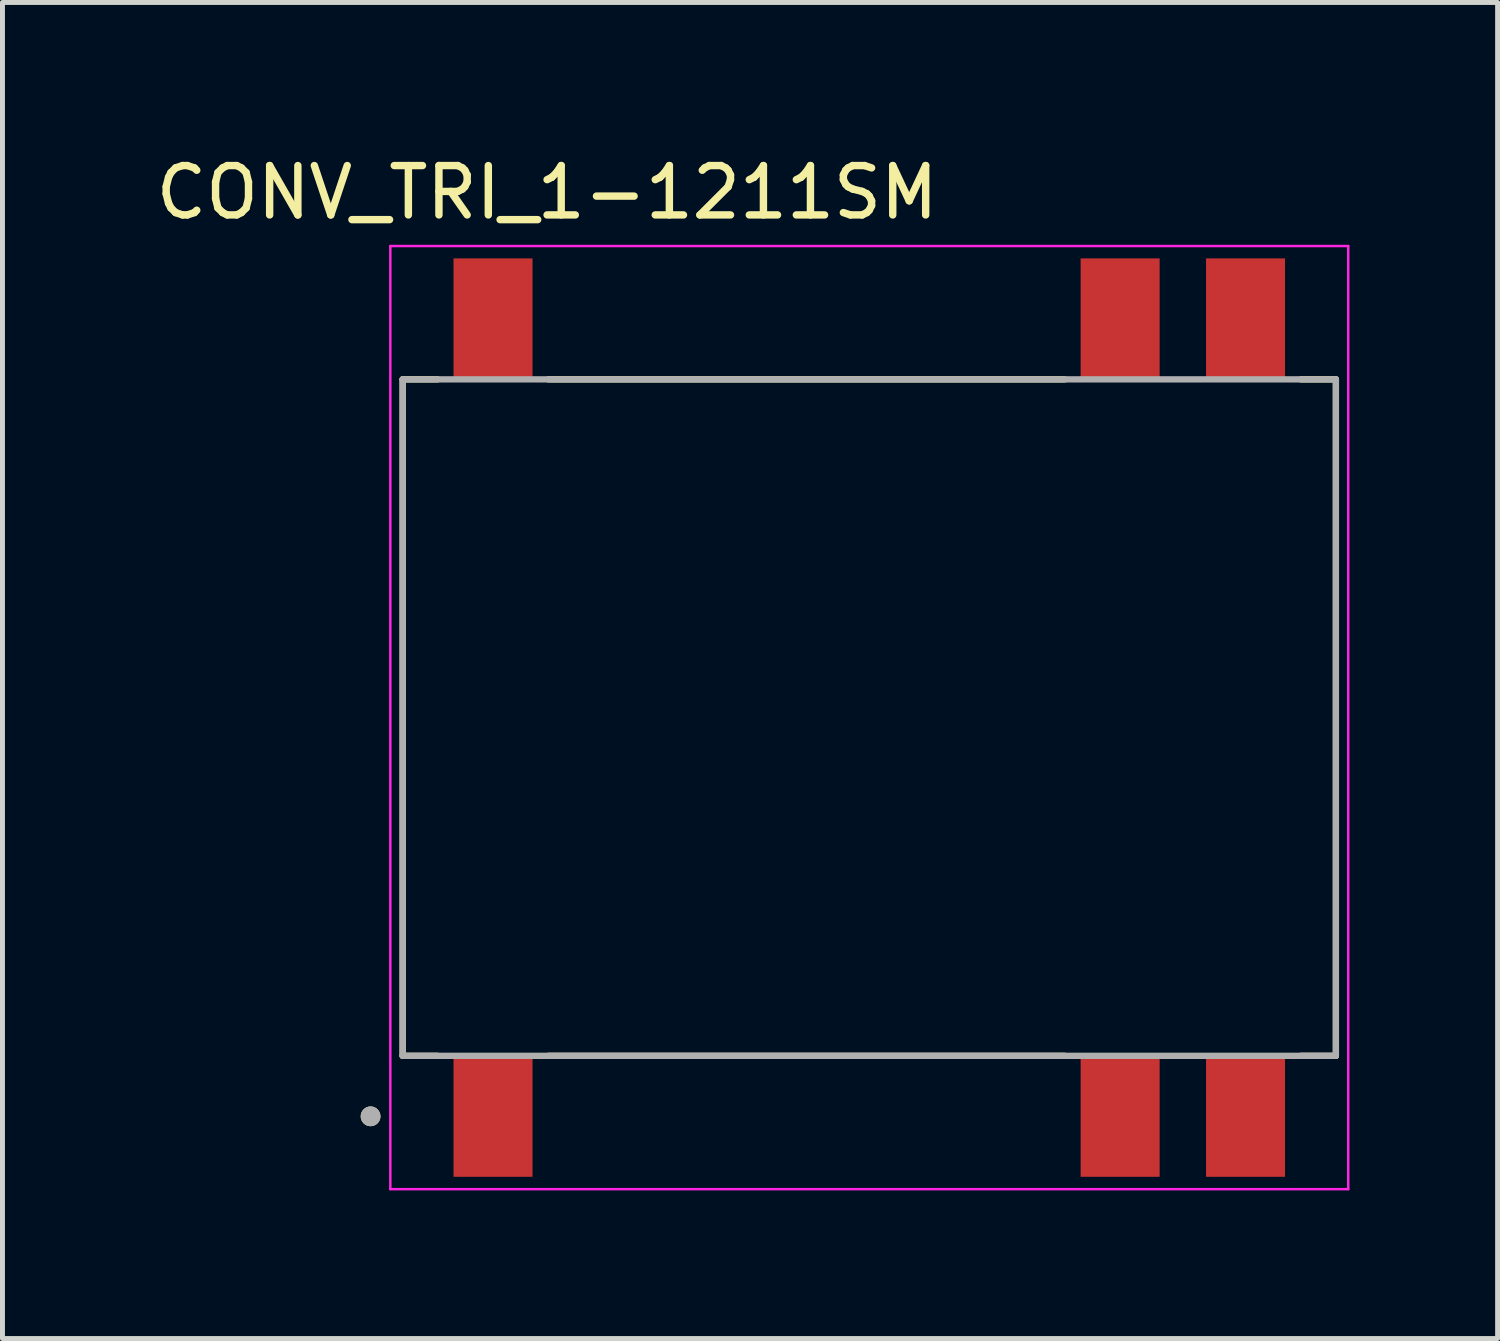
<source format=kicad_pcb>
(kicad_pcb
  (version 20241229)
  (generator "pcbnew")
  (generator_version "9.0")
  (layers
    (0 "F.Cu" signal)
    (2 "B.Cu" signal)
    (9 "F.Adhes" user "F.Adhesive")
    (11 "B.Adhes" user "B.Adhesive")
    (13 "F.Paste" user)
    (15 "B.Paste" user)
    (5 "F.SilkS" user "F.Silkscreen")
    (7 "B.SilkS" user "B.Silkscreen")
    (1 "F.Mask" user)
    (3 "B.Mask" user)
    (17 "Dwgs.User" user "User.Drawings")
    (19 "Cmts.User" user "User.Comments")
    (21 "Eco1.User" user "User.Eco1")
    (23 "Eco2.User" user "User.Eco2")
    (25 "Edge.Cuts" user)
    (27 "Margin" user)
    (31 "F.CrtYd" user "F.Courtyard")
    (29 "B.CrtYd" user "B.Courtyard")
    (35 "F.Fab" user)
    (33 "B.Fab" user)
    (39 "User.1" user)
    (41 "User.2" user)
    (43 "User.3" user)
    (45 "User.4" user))
  (footprint "CONV_TRI_1-1211SM"
    (layer "F.Cu")
    (at 14.555 11.483)
    (property "Reference" "CONV_TRI_1-1211SM" (at -6.525 -10.635 0) (layer "F.SilkS") (effects (font (size 1 1) (thickness 0.15))))
    (attr smd)
    (fp_line (start -9.45 -6.85) (end -8.74 -6.85) (stroke (width 0.127) (type solid)) (layer "F.SilkS"))
    (fp_line (start -9.45 6.85) (end -9.45 -6.85) (stroke (width 0.127) (type solid)) (layer "F.SilkS"))
    (fp_line (start -9.45 6.85) (end -8.74 6.85) (stroke (width 0.127) (type solid)) (layer "F.SilkS"))
    (fp_line (start -6.5 -6.85) (end 3.96 -6.85) (stroke (width 0.127) (type solid)) (layer "F.SilkS"))
    (fp_line (start -6.5 6.85) (end 3.96 6.85) (stroke (width 0.127) (type solid)) (layer "F.SilkS"))
    (fp_line (start 8.74 -6.85) (end 9.45 -6.85) (stroke (width 0.127) (type solid)) (layer "F.SilkS"))
    (fp_line (start 8.74 6.85) (end 9.45 6.85) (stroke (width 0.127) (type solid)) (layer "F.SilkS"))
    (fp_line (start 9.45 6.85) (end 9.45 -6.85) (stroke (width 0.127) (type solid)) (layer "F.SilkS"))
    (fp_circle (center -10.1 8.075) (end -10 8.075) (stroke (width 0.2) (type solid)) (fill no) (layer "F.SilkS"))
    (fp_line (start -9.7 -9.55) (end -9.7 9.55) (stroke (width 0.05) (type solid)) (layer "F.CrtYd"))
    (fp_line (start -9.7 -9.55) (end 9.7 -9.55) (stroke (width 0.05) (type solid)) (layer "F.CrtYd"))
    (fp_line (start -9.7 9.55) (end 9.7 9.55) (stroke (width 0.05) (type solid)) (layer "F.CrtYd"))
    (fp_line (start 9.7 -9.55) (end 9.7 9.55) (stroke (width 0.05) (type solid)) (layer "F.CrtYd"))
    (fp_line (start -9.45 -6.85) (end 9.45 -6.85) (stroke (width 0.127) (type solid)) (layer "F.Fab"))
    (fp_line (start -9.45 6.85) (end -9.45 -6.85) (stroke (width 0.127) (type solid)) (layer "F.Fab"))
    (fp_line (start -9.45 6.85) (end 9.45 6.85) (stroke (width 0.127) (type solid)) (layer "F.Fab"))
    (fp_line (start 9.45 6.85) (end 9.45 -6.85) (stroke (width 0.127) (type solid)) (layer "F.Fab"))
    (fp_circle (center -10.1 8.075) (end -10 8.075) (stroke (width 0.2) (type solid)) (fill no) (layer "F.Fab"))
    (pad "1" smd rect (at -7.62 8.075) (size 1.6 2.45) (layers "F.Cu" "F.Mask" "F.Paste"))
    (pad "6" smd rect (at 5.08 8.075) (size 1.6 2.45) (layers "F.Cu" "F.Mask" "F.Paste"))
    (pad "7" smd rect (at 7.62 8.075) (size 1.6 2.45) (layers "F.Cu" "F.Mask" "F.Paste"))
    (pad "8" smd rect (at 7.62 -8.075) (size 1.6 2.45) (layers "F.Cu" "F.Mask" "F.Paste"))
    (pad "9" smd rect (at 5.08 -8.075) (size 1.6 2.45) (layers "F.Cu" "F.Mask" "F.Paste"))
    (pad "14" smd rect (at -7.62 -8.075) (size 1.6 2.45) (layers "F.Cu" "F.Mask" "F.Paste")))
  (gr_rect
    (start -3 -3)
    (end 27.28 24.058)
    (stroke (width 0.1) (type default))
    (fill no)
    (layer "Edge.Cuts")))
</source>
